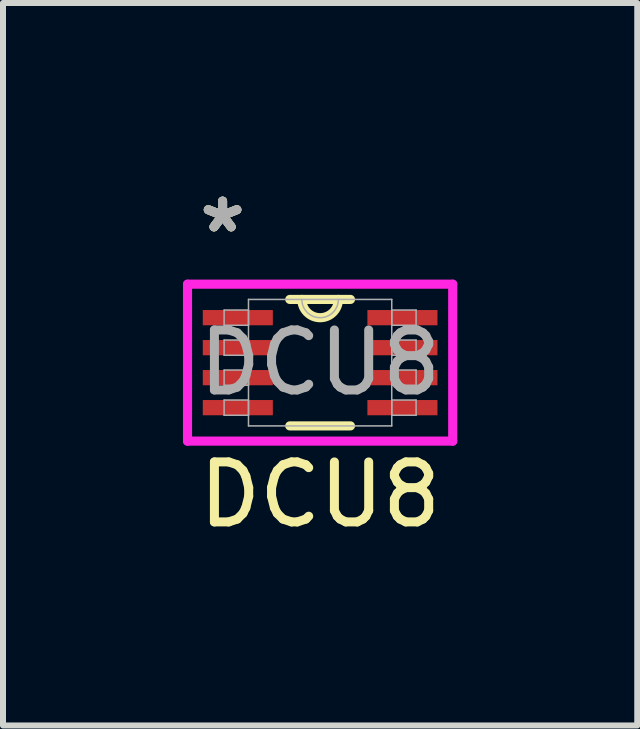
<source format=kicad_pcb>
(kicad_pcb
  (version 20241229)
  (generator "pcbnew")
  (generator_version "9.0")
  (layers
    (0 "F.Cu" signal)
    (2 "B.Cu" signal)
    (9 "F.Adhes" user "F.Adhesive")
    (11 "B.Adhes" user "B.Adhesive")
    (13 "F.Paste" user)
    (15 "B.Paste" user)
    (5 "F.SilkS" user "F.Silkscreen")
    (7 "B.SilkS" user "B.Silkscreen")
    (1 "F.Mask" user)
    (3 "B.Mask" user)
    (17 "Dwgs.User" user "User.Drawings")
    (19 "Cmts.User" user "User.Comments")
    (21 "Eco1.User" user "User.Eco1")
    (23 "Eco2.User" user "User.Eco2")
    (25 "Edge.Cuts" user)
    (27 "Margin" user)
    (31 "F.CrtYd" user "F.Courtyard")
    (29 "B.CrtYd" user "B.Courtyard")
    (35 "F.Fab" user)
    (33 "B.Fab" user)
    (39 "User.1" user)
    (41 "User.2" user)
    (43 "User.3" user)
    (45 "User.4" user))
  (footprint "DCU8"
    (layer "F.Cu")
    (at 2.286 2.995)
    (property "Reference" "DCU8" (at 0 2.2 0) (unlocked yes) (layer "F.SilkS") (effects (font (size 1 1) (thickness 0.15))))
    (attr smd)
    (fp_line (start -0.506 1.054) (end 0.506 1.054) (stroke (width 0.152) (type solid)) (layer "F.SilkS"))
    (fp_line (start 0.506 -1.054) (end -0.506 -1.054) (stroke (width 0.152) (type solid)) (layer "F.SilkS"))
    (fp_arc (start 0.3048 -1.0541) (mid 0 -0.7493) (end -0.3048 -1.0541) (stroke (width 0.1524) (type solid)) (layer "F.SilkS"))
    (fp_line (start -2.21 -1.308) (end 2.21 -1.308) (stroke (width 0.152) (type solid)) (layer "F.CrtYd"))
    (fp_line (start -2.21 1.308) (end -2.21 -1.308) (stroke (width 0.152) (type solid)) (layer "F.CrtYd"))
    (fp_line (start 2.21 -1.308) (end 2.21 1.308) (stroke (width 0.152) (type solid)) (layer "F.CrtYd"))
    (fp_line (start 2.21 1.308) (end -2.21 1.308) (stroke (width 0.152) (type solid)) (layer "F.CrtYd"))
    (fp_line (start -1.6 -0.877) (end -1.6 -0.623) (stroke (width 0.025) (type solid)) (layer "F.Fab"))
    (fp_line (start -1.6 -0.623) (end -1.194 -0.623) (stroke (width 0.025) (type solid)) (layer "F.Fab"))
    (fp_line (start -1.6 -0.377) (end -1.6 -0.123) (stroke (width 0.025) (type solid)) (layer "F.Fab"))
    (fp_line (start -1.6 -0.123) (end -1.194 -0.123) (stroke (width 0.025) (type solid)) (layer "F.Fab"))
    (fp_line (start -1.6 0.123) (end -1.6 0.377) (stroke (width 0.025) (type solid)) (layer "F.Fab"))
    (fp_line (start -1.6 0.377) (end -1.194 0.377) (stroke (width 0.025) (type solid)) (layer "F.Fab"))
    (fp_line (start -1.6 0.623) (end -1.6 0.877) (stroke (width 0.025) (type solid)) (layer "F.Fab"))
    (fp_line (start -1.6 0.877) (end -1.194 0.877) (stroke (width 0.025) (type solid)) (layer "F.Fab"))
    (fp_line (start -1.194 -1.054) (end -1.194 1.054) (stroke (width 0.025) (type solid)) (layer "F.Fab"))
    (fp_line (start -1.194 -0.877) (end -1.6 -0.877) (stroke (width 0.025) (type solid)) (layer "F.Fab"))
    (fp_line (start -1.194 -0.623) (end -1.194 -0.877) (stroke (width 0.025) (type solid)) (layer "F.Fab"))
    (fp_line (start -1.194 -0.377) (end -1.6 -0.377) (stroke (width 0.025) (type solid)) (layer "F.Fab"))
    (fp_line (start -1.194 -0.123) (end -1.194 -0.377) (stroke (width 0.025) (type solid)) (layer "F.Fab"))
    (fp_line (start -1.194 0.123) (end -1.6 0.123) (stroke (width 0.025) (type solid)) (layer "F.Fab"))
    (fp_line (start -1.194 0.377) (end -1.194 0.123) (stroke (width 0.025) (type solid)) (layer "F.Fab"))
    (fp_line (start -1.194 0.623) (end -1.6 0.623) (stroke (width 0.025) (type solid)) (layer "F.Fab"))
    (fp_line (start -1.194 0.877) (end -1.194 0.623) (stroke (width 0.025) (type solid)) (layer "F.Fab"))
    (fp_line (start -1.194 1.054) (end 1.194 1.054) (stroke (width 0.025) (type solid)) (layer "F.Fab"))
    (fp_line (start 1.194 -1.054) (end -1.194 -1.054) (stroke (width 0.025) (type solid)) (layer "F.Fab"))
    (fp_line (start 1.194 -0.877) (end 1.194 -0.623) (stroke (width 0.025) (type solid)) (layer "F.Fab"))
    (fp_line (start 1.194 -0.623) (end 1.6 -0.623) (stroke (width 0.025) (type solid)) (layer "F.Fab"))
    (fp_line (start 1.194 -0.377) (end 1.194 -0.123) (stroke (width 0.025) (type solid)) (layer "F.Fab"))
    (fp_line (start 1.194 -0.123) (end 1.6 -0.123) (stroke (width 0.025) (type solid)) (layer "F.Fab"))
    (fp_line (start 1.194 0.123) (end 1.194 0.377) (stroke (width 0.025) (type solid)) (layer "F.Fab"))
    (fp_line (start 1.194 0.377) (end 1.6 0.377) (stroke (width 0.025) (type solid)) (layer "F.Fab"))
    (fp_line (start 1.194 0.623) (end 1.194 0.877) (stroke (width 0.025) (type solid)) (layer "F.Fab"))
    (fp_line (start 1.194 0.877) (end 1.6 0.877) (stroke (width 0.025) (type solid)) (layer "F.Fab"))
    (fp_line (start 1.194 1.054) (end 1.194 -1.054) (stroke (width 0.025) (type solid)) (layer "F.Fab"))
    (fp_line (start 1.6 -0.877) (end 1.194 -0.877) (stroke (width 0.025) (type solid)) (layer "F.Fab"))
    (fp_line (start 1.6 -0.623) (end 1.6 -0.877) (stroke (width 0.025) (type solid)) (layer "F.Fab"))
    (fp_line (start 1.6 -0.377) (end 1.194 -0.377) (stroke (width 0.025) (type solid)) (layer "F.Fab"))
    (fp_line (start 1.6 -0.123) (end 1.6 -0.377) (stroke (width 0.025) (type solid)) (layer "F.Fab"))
    (fp_line (start 1.6 0.123) (end 1.194 0.123) (stroke (width 0.025) (type solid)) (layer "F.Fab"))
    (fp_line (start 1.6 0.377) (end 1.6 0.123) (stroke (width 0.025) (type solid)) (layer "F.Fab"))
    (fp_line (start 1.6 0.623) (end 1.194 0.623) (stroke (width 0.025) (type solid)) (layer "F.Fab"))
    (fp_line (start 1.6 0.877) (end 1.6 0.623) (stroke (width 0.025) (type solid)) (layer "F.Fab"))
    (fp_arc (start 0.3048 -1.0541) (mid 0 -0.7493) (end -0.3048 -1.0541) (stroke (width 0.0254) (type solid)) (layer "F.Fab"))
    (fp_text user "*" (at -1.626 -2.147 0) (layer "F.SilkS") (effects (font (size 1 1) (thickness 0.15))))
    (fp_text user "*" (at -1.626 -2.147 0) (unlocked yes) (layer "F.SilkS") (effects (font (size 1 1) (thickness 0.15))))
    (fp_text user "*" (at -1.626 -2.147 0) (unlocked yes) (layer "F.Fab") (effects (font (size 1 1) (thickness 0.15))))
    (fp_text user "*" (at -1.626 -2.147 0) (layer "F.Fab") (effects (font (size 1 1) (thickness 0.15))))
    (fp_text user "${REFERENCE}" (at 0 0 0) (unlocked yes) (layer "F.Fab") (effects (font (size 1 1) (thickness 0.15))))
    (pad "1" smd rect (at -1.372 -0.75) (size 1.168 0.254) (layers "F.Cu" "F.Mask" "F.Paste"))
    (pad "2" smd rect (at -1.372 -0.25) (size 1.168 0.254) (layers "F.Cu" "F.Mask" "F.Paste"))
    (pad "3" smd rect (at -1.372 0.25) (size 1.168 0.254) (layers "F.Cu" "F.Mask" "F.Paste"))
    (pad "4" smd rect (at -1.372 0.75) (size 1.168 0.254) (layers "F.Cu" "F.Mask" "F.Paste"))
    (pad "5" smd rect (at 1.372 0.75) (size 1.168 0.254) (layers "F.Cu" "F.Mask" "F.Paste"))
    (pad "6" smd rect (at 1.372 0.25) (size 1.168 0.254) (layers "F.Cu" "F.Mask" "F.Paste"))
    (pad "7" smd rect (at 1.372 -0.25) (size 1.168 0.254) (layers "F.Cu" "F.Mask" "F.Paste"))
    (pad "8" smd rect (at 1.372 -0.75) (size 1.168 0.254) (layers "F.Cu" "F.Mask" "F.Paste")))
  (gr_rect
    (start -3 -3)
    (end 7.572 9.043)
    (stroke (width 0.1) (type default))
    (fill no)
    (layer "Edge.Cuts")))
</source>
